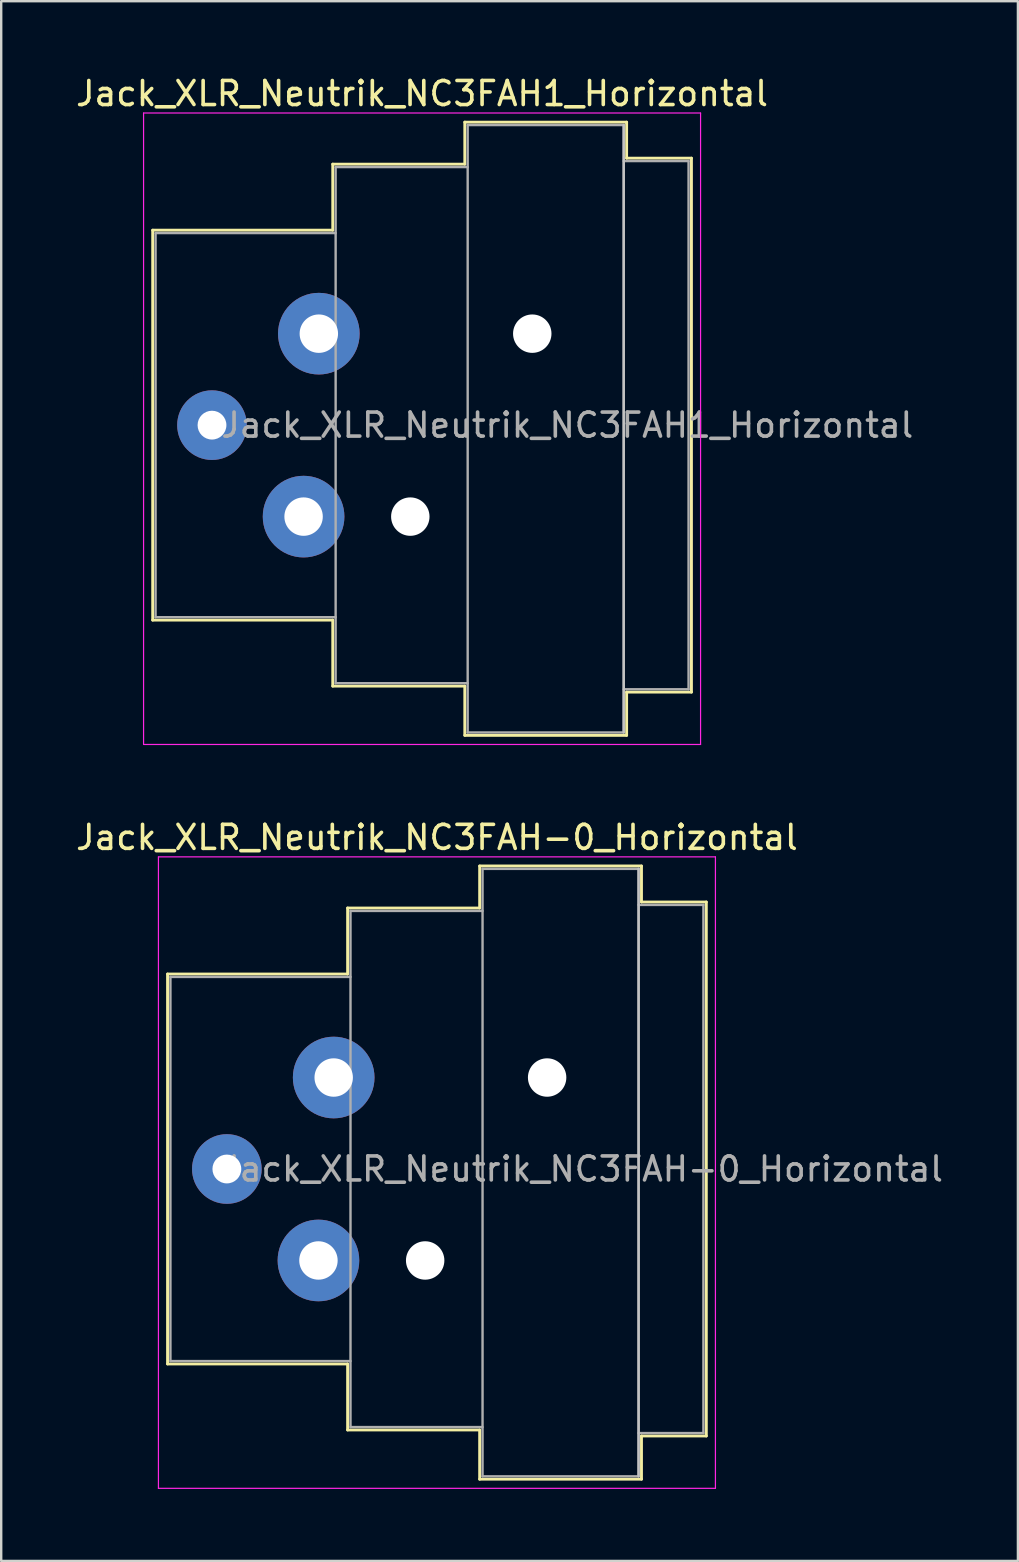
<source format=kicad_pcb>
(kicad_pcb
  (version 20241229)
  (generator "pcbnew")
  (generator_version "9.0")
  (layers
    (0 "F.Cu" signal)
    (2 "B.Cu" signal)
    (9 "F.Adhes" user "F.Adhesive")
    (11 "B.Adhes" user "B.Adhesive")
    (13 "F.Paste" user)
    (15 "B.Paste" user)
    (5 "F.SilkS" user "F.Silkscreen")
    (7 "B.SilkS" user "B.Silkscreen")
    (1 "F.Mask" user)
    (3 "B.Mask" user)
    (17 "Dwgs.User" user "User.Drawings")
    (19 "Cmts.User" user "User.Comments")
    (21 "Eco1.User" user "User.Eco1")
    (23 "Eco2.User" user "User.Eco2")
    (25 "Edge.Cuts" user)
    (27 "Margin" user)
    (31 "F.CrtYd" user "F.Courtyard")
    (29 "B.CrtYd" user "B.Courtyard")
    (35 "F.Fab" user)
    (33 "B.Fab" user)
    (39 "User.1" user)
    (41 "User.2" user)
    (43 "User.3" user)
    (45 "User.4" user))
  (footprint "Jack_XLR_Neutrik_NC3FAH-0_Horizontal"
    (layer "F.Cu")
    (at 10.849 41.831)
    (property "Reference" "Jack_XLR_Neutrik_NC3FAH-0_Horizontal" (at 4.3 -10 0) (layer "F.SilkS") (effects (font (size 1 1) (thickness 0.15))))
    (attr through_hole)
    (fp_line (start -6.92 -4.31) (end -6.92 11.93) (stroke (width 0.12) (type solid)) (layer "F.SilkS"))
    (fp_line (start 0.58 -7.06) (end 0.58 -4.31) (stroke (width 0.12) (type solid)) (layer "F.SilkS"))
    (fp_line (start 0.58 -4.31) (end -6.92 -4.31) (stroke (width 0.12) (type solid)) (layer "F.SilkS"))
    (fp_line (start 0.58 11.93) (end -6.92 11.93) (stroke (width 0.12) (type solid)) (layer "F.SilkS"))
    (fp_line (start 0.58 11.93) (end 0.58 14.68) (stroke (width 0.12) (type solid)) (layer "F.SilkS"))
    (fp_line (start 6.08 -7.06) (end 0.58 -7.06) (stroke (width 0.12) (type solid)) (layer "F.SilkS"))
    (fp_line (start 6.08 -7.06) (end 6.08 -8.81) (stroke (width 0.12) (type solid)) (layer "F.SilkS"))
    (fp_line (start 6.08 14.68) (end 0.58 14.68) (stroke (width 0.12) (type solid)) (layer "F.SilkS"))
    (fp_line (start 6.08 16.73) (end 6.08 14.68) (stroke (width 0.12) (type solid)) (layer "F.SilkS"))
    (fp_line (start 12.82 -8.81) (end 6.08 -8.81) (stroke (width 0.12) (type solid)) (layer "F.SilkS"))
    (fp_line (start 12.82 -8.81) (end 12.82 -7.31) (stroke (width 0.12) (type solid)) (layer "F.SilkS"))
    (fp_line (start 12.82 -7.31) (end 15.52 -7.31) (stroke (width 0.12) (type solid)) (layer "F.SilkS"))
    (fp_line (start 12.82 14.93) (end 12.82 16.73) (stroke (width 0.12) (type solid)) (layer "F.SilkS"))
    (fp_line (start 12.82 14.93) (end 15.52 14.93) (stroke (width 0.12) (type solid)) (layer "F.SilkS"))
    (fp_line (start 12.82 16.73) (end 6.08 16.73) (stroke (width 0.12) (type solid)) (layer "F.SilkS"))
    (fp_line (start 15.52 -7.31) (end 15.52 14.93) (stroke (width 0.12) (type solid)) (layer "F.SilkS"))
    (fp_line (start 12.7 -8.69) (end 12.7 16.61) (stroke (width 0.1) (type solid)) (layer "Dwgs.User"))
    (fp_line (start -7.3 -9.19) (end -7.3 17.11) (stroke (width 0.05) (type solid)) (layer "F.CrtYd"))
    (fp_line (start 15.9 -9.19) (end -7.3 -9.19) (stroke (width 0.05) (type solid)) (layer "F.CrtYd"))
    (fp_line (start 15.9 -9.19) (end 15.9 17.11) (stroke (width 0.05) (type solid)) (layer "F.CrtYd"))
    (fp_line (start 15.9 17.11) (end -7.3 17.11) (stroke (width 0.05) (type solid)) (layer "F.CrtYd"))
    (fp_line (start -6.8 -4.19) (end -6.8 11.81) (stroke (width 0.1) (type solid)) (layer "F.Fab"))
    (fp_line (start -6.8 11.81) (end 0.7 11.81) (stroke (width 0.1) (type solid)) (layer "F.Fab"))
    (fp_line (start 0.7 -6.94) (end 0.7 14.56) (stroke (width 0.1) (type solid)) (layer "F.Fab"))
    (fp_line (start 0.7 -4.19) (end -6.8 -4.19) (stroke (width 0.1) (type solid)) (layer "F.Fab"))
    (fp_line (start 0.7 14.56) (end 6.2 14.56) (stroke (width 0.1) (type solid)) (layer "F.Fab"))
    (fp_line (start 6.2 -8.69) (end 12.7 -8.69) (stroke (width 0.1) (type solid)) (layer "F.Fab"))
    (fp_line (start 6.2 -6.94) (end 0.7 -6.94) (stroke (width 0.1) (type solid)) (layer "F.Fab"))
    (fp_line (start 6.2 16.61) (end 6.2 -8.69) (stroke (width 0.1) (type solid)) (layer "F.Fab"))
    (fp_line (start 12.7 -8.69) (end 12.7 16.61) (stroke (width 0.1) (type solid)) (layer "F.Fab"))
    (fp_line (start 12.7 -7.19) (end 15.4 -7.19) (stroke (width 0.1) (type solid)) (layer "F.Fab"))
    (fp_line (start 12.7 16.61) (end 6.2 16.61) (stroke (width 0.1) (type solid)) (layer "F.Fab"))
    (fp_line (start 15.4 -7.19) (end 15.4 14.81) (stroke (width 0.1) (type solid)) (layer "F.Fab"))
    (fp_line (start 15.4 14.81) (end 12.7 14.81) (stroke (width 0.1) (type solid)) (layer "F.Fab"))
    (fp_text user "${REFERENCE}" (at 10.35 3.81 0) (layer "F.Fab") (effects (font (size 1 1) (thickness 0.15))))
    (pad "" np_thru_hole circle (at 3.81 7.62) (size 1.6 1.6) (drill 1.6) (layers "*.Cu" "*.Mask"))
    (pad "" np_thru_hole circle (at 8.89 0) (size 1.6 1.6) (drill 1.6) (layers "*.Cu" "*.Mask"))
    (pad "1" thru_hole circle (at 0 0) (size 3.4 3.4) (drill 1.6) (layers "*.Cu" "*.Mask"))
    (pad "2" thru_hole circle (at -0.635 7.62) (size 3.4 3.4) (drill 1.6) (layers "*.Cu" "*.Mask"))
    (pad "3" thru_hole circle (at -4.45 3.81) (size 2.9 2.9) (drill 1.2) (layers "*.Cu" "*.Mask")))
  (footprint "Jack_XLR_Neutrik_NC3FAH1_Horizontal"
    (layer "F.Cu")
    (at 10.23 10.848)
    (property "Reference" "Jack_XLR_Neutrik_NC3FAH1_Horizontal" (at 4.3 -10 0) (layer "F.SilkS") (effects (font (size 1 1) (thickness 0.15))))
    (attr through_hole)
    (fp_line (start -6.92 -4.31) (end -6.92 11.93) (stroke (width 0.12) (type solid)) (layer "F.SilkS"))
    (fp_line (start 0.58 -7.06) (end 0.58 -4.31) (stroke (width 0.12) (type solid)) (layer "F.SilkS"))
    (fp_line (start 0.58 -4.31) (end -6.92 -4.31) (stroke (width 0.12) (type solid)) (layer "F.SilkS"))
    (fp_line (start 0.58 11.93) (end -6.92 11.93) (stroke (width 0.12) (type solid)) (layer "F.SilkS"))
    (fp_line (start 0.58 11.93) (end 0.58 14.68) (stroke (width 0.12) (type solid)) (layer "F.SilkS"))
    (fp_line (start 6.08 -7.06) (end 0.58 -7.06) (stroke (width 0.12) (type solid)) (layer "F.SilkS"))
    (fp_line (start 6.08 -7.06) (end 6.08 -8.81) (stroke (width 0.12) (type solid)) (layer "F.SilkS"))
    (fp_line (start 6.08 14.68) (end 0.58 14.68) (stroke (width 0.12) (type solid)) (layer "F.SilkS"))
    (fp_line (start 6.08 16.73) (end 6.08 14.68) (stroke (width 0.12) (type solid)) (layer "F.SilkS"))
    (fp_line (start 12.82 -8.81) (end 6.08 -8.81) (stroke (width 0.12) (type solid)) (layer "F.SilkS"))
    (fp_line (start 12.82 -8.81) (end 12.82 -7.31) (stroke (width 0.12) (type solid)) (layer "F.SilkS"))
    (fp_line (start 12.82 -7.31) (end 15.52 -7.31) (stroke (width 0.12) (type solid)) (layer "F.SilkS"))
    (fp_line (start 12.82 14.93) (end 12.82 16.73) (stroke (width 0.12) (type solid)) (layer "F.SilkS"))
    (fp_line (start 12.82 14.93) (end 15.52 14.93) (stroke (width 0.12) (type solid)) (layer "F.SilkS"))
    (fp_line (start 12.82 16.73) (end 6.08 16.73) (stroke (width 0.12) (type solid)) (layer "F.SilkS"))
    (fp_line (start 15.52 -7.31) (end 15.52 14.93) (stroke (width 0.12) (type solid)) (layer "F.SilkS"))
    (fp_line (start 12.7 -8.69) (end 12.7 16.61) (stroke (width 0.1) (type solid)) (layer "Dwgs.User"))
    (fp_line (start -7.3 -9.19) (end -7.3 17.11) (stroke (width 0.05) (type solid)) (layer "F.CrtYd"))
    (fp_line (start 15.9 -9.19) (end -7.3 -9.19) (stroke (width 0.05) (type solid)) (layer "F.CrtYd"))
    (fp_line (start 15.9 -9.19) (end 15.9 17.11) (stroke (width 0.05) (type solid)) (layer "F.CrtYd"))
    (fp_line (start 15.9 17.11) (end -7.3 17.11) (stroke (width 0.05) (type solid)) (layer "F.CrtYd"))
    (fp_line (start -6.8 -4.19) (end -6.8 11.81) (stroke (width 0.1) (type solid)) (layer "F.Fab"))
    (fp_line (start -6.8 11.81) (end 0.7 11.81) (stroke (width 0.1) (type solid)) (layer "F.Fab"))
    (fp_line (start 0.7 -6.94) (end 0.7 14.56) (stroke (width 0.1) (type solid)) (layer "F.Fab"))
    (fp_line (start 0.7 -4.19) (end -6.8 -4.19) (stroke (width 0.1) (type solid)) (layer "F.Fab"))
    (fp_line (start 0.7 14.56) (end 6.2 14.56) (stroke (width 0.1) (type solid)) (layer "F.Fab"))
    (fp_line (start 6.2 -8.69) (end 12.7 -8.69) (stroke (width 0.1) (type solid)) (layer "F.Fab"))
    (fp_line (start 6.2 -6.94) (end 0.7 -6.94) (stroke (width 0.1) (type solid)) (layer "F.Fab"))
    (fp_line (start 6.2 16.61) (end 6.2 -8.69) (stroke (width 0.1) (type solid)) (layer "F.Fab"))
    (fp_line (start 12.7 -8.69) (end 12.7 16.61) (stroke (width 0.1) (type solid)) (layer "F.Fab"))
    (fp_line (start 12.7 -7.19) (end 15.4 -7.19) (stroke (width 0.1) (type solid)) (layer "F.Fab"))
    (fp_line (start 12.7 16.61) (end 6.2 16.61) (stroke (width 0.1) (type solid)) (layer "F.Fab"))
    (fp_line (start 15.4 -7.19) (end 15.4 14.81) (stroke (width 0.1) (type solid)) (layer "F.Fab"))
    (fp_line (start 15.4 14.81) (end 12.7 14.81) (stroke (width 0.1) (type solid)) (layer "F.Fab"))
    (fp_text user "${REFERENCE}" (at 10.35 3.81 0) (layer "F.Fab") (effects (font (size 1 1) (thickness 0.15))))
    (pad "" np_thru_hole circle (at 3.81 7.62) (size 1.6 1.6) (drill 1.6) (layers "*.Cu" "*.Mask"))
    (pad "" np_thru_hole circle (at 8.89 0) (size 1.6 1.6) (drill 1.6) (layers "*.Cu" "*.Mask"))
    (pad "1" thru_hole circle (at 0 0) (size 3.4 3.4) (drill 1.6) (layers "*.Cu" "*.Mask"))
    (pad "2" thru_hole circle (at -0.635 7.62) (size 3.4 3.4) (drill 1.6) (layers "*.Cu" "*.Mask"))
    (pad "3" thru_hole circle (at -4.45 3.81) (size 2.9 2.9) (drill 1.2) (layers "*.Cu" "*.Mask")))
  (gr_rect
    (start -3 -3)
    (end 39.348 61.967)
    (stroke (width 0.1) (type default))
    (fill no)
    (layer "Edge.Cuts")))
</source>
